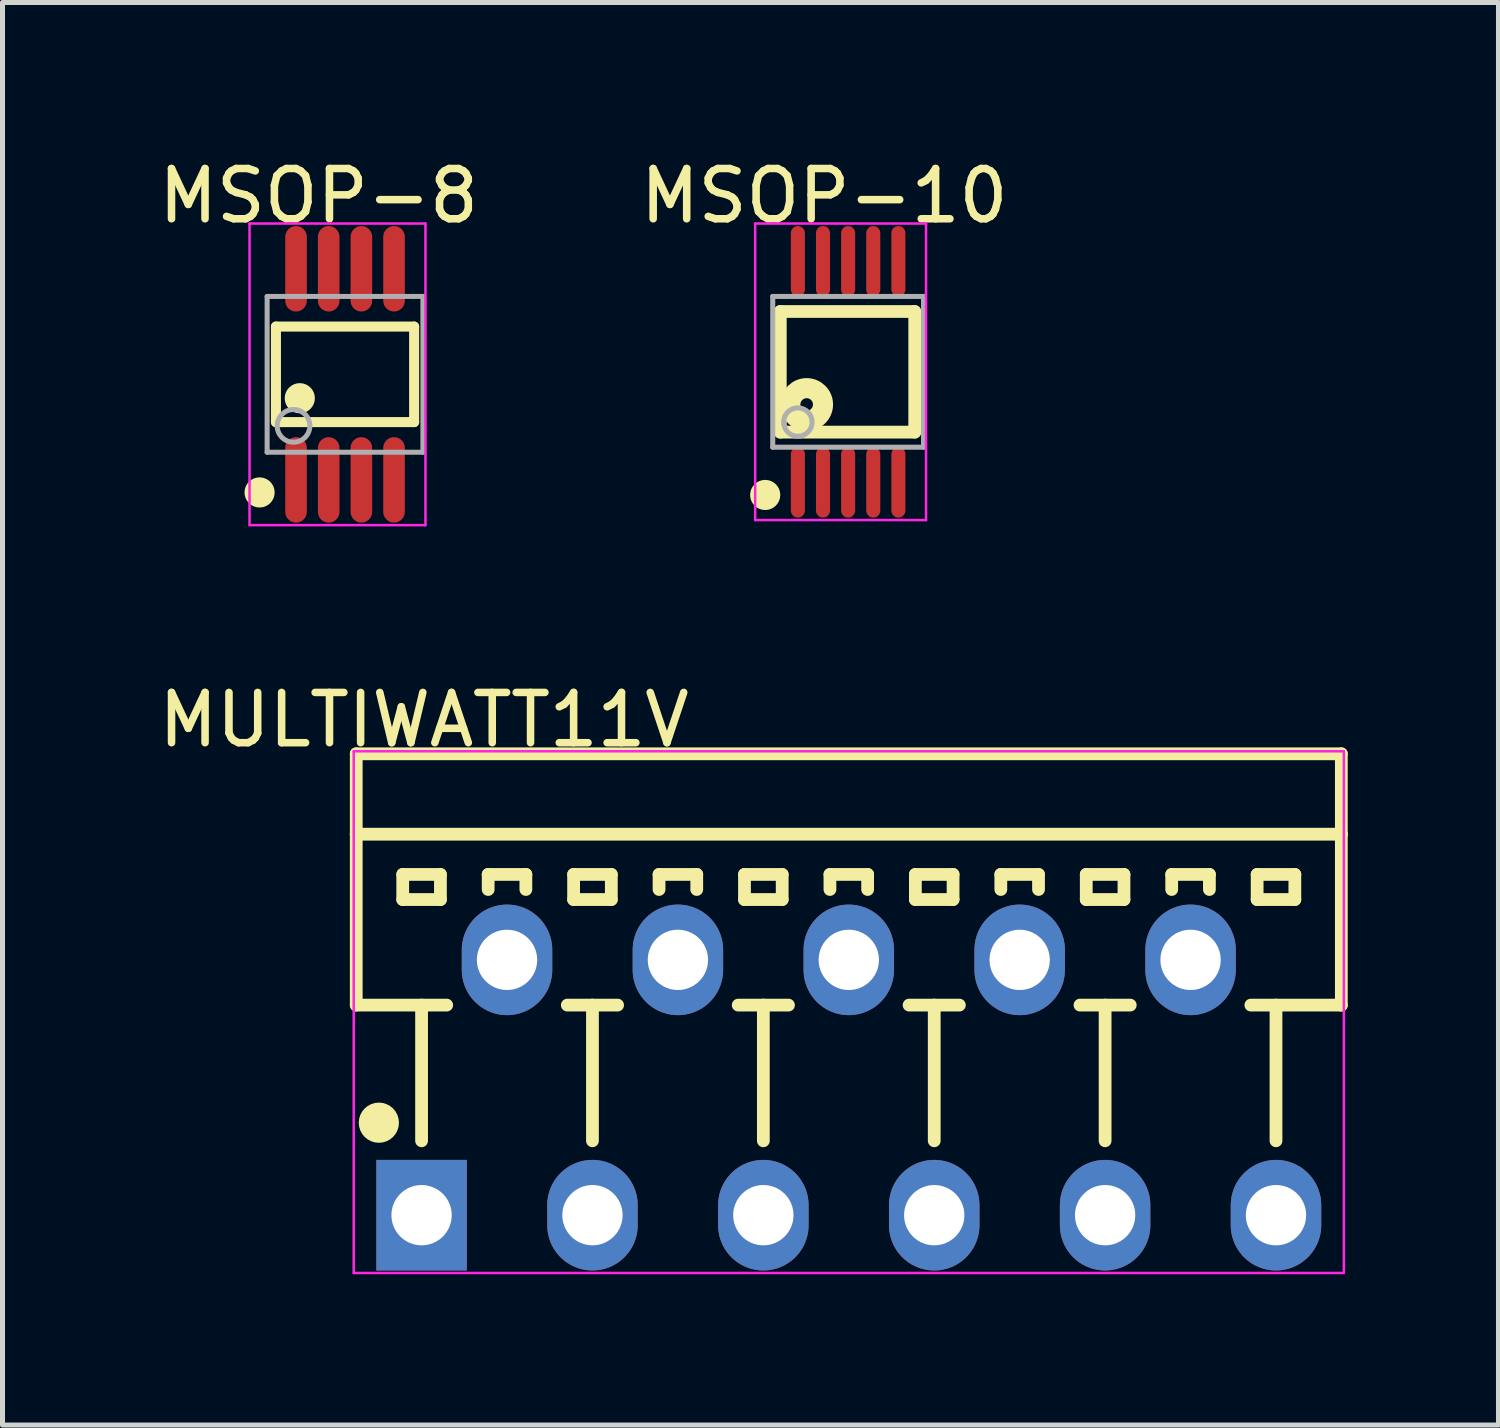
<source format=kicad_pcb>
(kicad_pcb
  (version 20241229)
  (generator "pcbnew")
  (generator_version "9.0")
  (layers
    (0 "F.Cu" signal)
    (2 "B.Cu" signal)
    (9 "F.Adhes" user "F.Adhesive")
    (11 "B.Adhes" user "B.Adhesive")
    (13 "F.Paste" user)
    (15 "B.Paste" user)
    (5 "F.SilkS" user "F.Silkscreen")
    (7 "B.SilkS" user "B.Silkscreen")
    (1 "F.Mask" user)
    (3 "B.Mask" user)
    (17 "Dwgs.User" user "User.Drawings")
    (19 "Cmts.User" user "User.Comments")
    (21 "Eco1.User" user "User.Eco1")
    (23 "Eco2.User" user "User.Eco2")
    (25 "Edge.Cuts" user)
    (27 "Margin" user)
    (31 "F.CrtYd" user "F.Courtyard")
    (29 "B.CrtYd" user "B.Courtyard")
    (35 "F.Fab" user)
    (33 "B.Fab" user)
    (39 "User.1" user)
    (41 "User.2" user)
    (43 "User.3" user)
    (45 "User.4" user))
  (footprint "MULTIWATT11V"
    (layer "F.Cu")
    (at 13.838 18.588)
    (property "Reference" "MULTIWATT11V" (at -8.451 -7.316 0) (layer "F.SilkS") (effects (font (size 1 1) (thickness 0.15))))
    (attr through_hole)
    (fp_line (start -9.8 -6.64) (end 9.8 -6.64) (stroke (width 0.254) (type solid)) (layer "F.SilkS"))
    (fp_line (start -9.8 -5.04) (end -9.8 -6.64) (stroke (width 0.254) (type solid)) (layer "F.SilkS"))
    (fp_line (start -9.8 -5.04) (end 9.8 -5.04) (stroke (width 0.254) (type solid)) (layer "F.SilkS"))
    (fp_line (start -9.8 -1.64) (end -9.8 -5.04) (stroke (width 0.254) (type solid)) (layer "F.SilkS"))
    (fp_line (start -9.8 -1.64) (end -8 -1.64) (stroke (width 0.254) (type solid)) (layer "F.SilkS"))
    (fp_line (start -8.875 -4.24) (end -8.125 -4.24) (stroke (width 0.254) (type solid)) (layer "F.SilkS"))
    (fp_line (start -8.875 -3.74) (end -8.875 -4.24) (stroke (width 0.254) (type solid)) (layer "F.SilkS"))
    (fp_line (start -8.875 -3.74) (end -8.125 -3.74) (stroke (width 0.254) (type solid)) (layer "F.SilkS"))
    (fp_line (start -8.5 1.06) (end -8.5 -1.64) (stroke (width 0.254) (type solid)) (layer "F.SilkS"))
    (fp_line (start -8.125 -3.74) (end -8.125 -4.24) (stroke (width 0.254) (type solid)) (layer "F.SilkS"))
    (fp_line (start -7.175 -4.24) (end -6.425 -4.24) (stroke (width 0.254) (type solid)) (layer "F.SilkS"))
    (fp_line (start -7.175 -3.94) (end -7.175 -4.24) (stroke (width 0.254) (type solid)) (layer "F.SilkS"))
    (fp_line (start -6.425 -3.94) (end -6.425 -4.24) (stroke (width 0.254) (type solid)) (layer "F.SilkS"))
    (fp_line (start -5.6 -1.64) (end -4.6 -1.64) (stroke (width 0.254) (type solid)) (layer "F.SilkS"))
    (fp_line (start -5.475 -4.24) (end -4.725 -4.24) (stroke (width 0.254) (type solid)) (layer "F.SilkS"))
    (fp_line (start -5.475 -3.74) (end -5.475 -4.24) (stroke (width 0.254) (type solid)) (layer "F.SilkS"))
    (fp_line (start -5.475 -3.74) (end -4.725 -3.74) (stroke (width 0.254) (type solid)) (layer "F.SilkS"))
    (fp_line (start -5.1 1.06) (end -5.1 -1.64) (stroke (width 0.254) (type solid)) (layer "F.SilkS"))
    (fp_line (start -4.725 -3.74) (end -4.725 -4.24) (stroke (width 0.254) (type solid)) (layer "F.SilkS"))
    (fp_line (start -3.775 -4.24) (end -3.025 -4.24) (stroke (width 0.254) (type solid)) (layer "F.SilkS"))
    (fp_line (start -3.775 -3.94) (end -3.775 -4.24) (stroke (width 0.254) (type solid)) (layer "F.SilkS"))
    (fp_line (start -3.025 -3.94) (end -3.025 -4.24) (stroke (width 0.254) (type solid)) (layer "F.SilkS"))
    (fp_line (start -2.2 -1.64) (end -1.2 -1.64) (stroke (width 0.254) (type solid)) (layer "F.SilkS"))
    (fp_line (start -2.075 -4.24) (end -1.325 -4.24) (stroke (width 0.254) (type solid)) (layer "F.SilkS"))
    (fp_line (start -2.075 -3.74) (end -2.075 -4.24) (stroke (width 0.254) (type solid)) (layer "F.SilkS"))
    (fp_line (start -2.075 -3.74) (end -1.325 -3.74) (stroke (width 0.254) (type solid)) (layer "F.SilkS"))
    (fp_line (start -1.7 1.06) (end -1.7 -1.64) (stroke (width 0.254) (type solid)) (layer "F.SilkS"))
    (fp_line (start -1.325 -3.74) (end -1.325 -4.24) (stroke (width 0.254) (type solid)) (layer "F.SilkS"))
    (fp_line (start -0.375 -4.24) (end 0.375 -4.24) (stroke (width 0.254) (type solid)) (layer "F.SilkS"))
    (fp_line (start -0.375 -3.94) (end -0.375 -4.24) (stroke (width 0.254) (type solid)) (layer "F.SilkS"))
    (fp_line (start 0.375 -3.94) (end 0.375 -4.24) (stroke (width 0.254) (type solid)) (layer "F.SilkS"))
    (fp_line (start 1.2 -1.64) (end 2.2 -1.64) (stroke (width 0.254) (type solid)) (layer "F.SilkS"))
    (fp_line (start 1.325 -4.24) (end 2.075 -4.24) (stroke (width 0.254) (type solid)) (layer "F.SilkS"))
    (fp_line (start 1.325 -3.74) (end 1.325 -4.24) (stroke (width 0.254) (type solid)) (layer "F.SilkS"))
    (fp_line (start 1.325 -3.74) (end 2.075 -3.74) (stroke (width 0.254) (type solid)) (layer "F.SilkS"))
    (fp_line (start 1.7 1.06) (end 1.7 -1.64) (stroke (width 0.254) (type solid)) (layer "F.SilkS"))
    (fp_line (start 2.075 -3.74) (end 2.075 -4.24) (stroke (width 0.254) (type solid)) (layer "F.SilkS"))
    (fp_line (start 3.025 -4.24) (end 3.775 -4.24) (stroke (width 0.254) (type solid)) (layer "F.SilkS"))
    (fp_line (start 3.025 -3.94) (end 3.025 -4.24) (stroke (width 0.254) (type solid)) (layer "F.SilkS"))
    (fp_line (start 3.775 -3.94) (end 3.775 -4.24) (stroke (width 0.254) (type solid)) (layer "F.SilkS"))
    (fp_line (start 4.6 -1.64) (end 5.6 -1.64) (stroke (width 0.254) (type solid)) (layer "F.SilkS"))
    (fp_line (start 4.725 -4.24) (end 5.475 -4.24) (stroke (width 0.254) (type solid)) (layer "F.SilkS"))
    (fp_line (start 4.725 -3.74) (end 4.725 -4.24) (stroke (width 0.254) (type solid)) (layer "F.SilkS"))
    (fp_line (start 4.725 -3.74) (end 5.475 -3.74) (stroke (width 0.254) (type solid)) (layer "F.SilkS"))
    (fp_line (start 5.1 1.06) (end 5.1 -1.64) (stroke (width 0.254) (type solid)) (layer "F.SilkS"))
    (fp_line (start 5.475 -3.74) (end 5.475 -4.24) (stroke (width 0.254) (type solid)) (layer "F.SilkS"))
    (fp_line (start 6.425 -4.24) (end 7.175 -4.24) (stroke (width 0.254) (type solid)) (layer "F.SilkS"))
    (fp_line (start 6.425 -3.94) (end 6.425 -4.24) (stroke (width 0.254) (type solid)) (layer "F.SilkS"))
    (fp_line (start 7.175 -3.94) (end 7.175 -4.24) (stroke (width 0.254) (type solid)) (layer "F.SilkS"))
    (fp_line (start 8 -1.64) (end 9.8 -1.64) (stroke (width 0.254) (type solid)) (layer "F.SilkS"))
    (fp_line (start 8.125 -4.24) (end 8.875 -4.24) (stroke (width 0.254) (type solid)) (layer "F.SilkS"))
    (fp_line (start 8.125 -3.74) (end 8.125 -4.24) (stroke (width 0.254) (type solid)) (layer "F.SilkS"))
    (fp_line (start 8.125 -3.74) (end 8.875 -3.74) (stroke (width 0.254) (type solid)) (layer "F.SilkS"))
    (fp_line (start 8.5 1.06) (end 8.5 -1.64) (stroke (width 0.254) (type solid)) (layer "F.SilkS"))
    (fp_line (start 8.875 -3.74) (end 8.875 -4.24) (stroke (width 0.254) (type solid)) (layer "F.SilkS"))
    (fp_line (start 9.8 -5.04) (end 9.8 -6.64) (stroke (width 0.254) (type solid)) (layer "F.SilkS"))
    (fp_line (start 9.8 -1.64) (end 9.8 -5.04) (stroke (width 0.254) (type solid)) (layer "F.SilkS"))
    (fp_circle (center -9.35 0.7) (end -9.15 0.7) (stroke (width 0.4) (type solid)) (fill no) (layer "F.SilkS"))
    (fp_line (start -9.85 -6.69) (end 9.85 -6.69) (stroke (width 0.05) (type solid)) (layer "F.CrtYd"))
    (fp_line (start -9.85 3.69) (end -9.85 -6.69) (stroke (width 0.05) (type solid)) (layer "F.CrtYd"))
    (fp_line (start 9.85 -6.69) (end 9.85 3.69) (stroke (width 0.05) (type solid)) (layer "F.CrtYd"))
    (fp_line (start 9.85 3.69) (end -9.85 3.69) (stroke (width 0.05) (type solid)) (layer "F.CrtYd"))
    (pad "1" thru_hole rect (at -8.5 2.54) (size 1.8 2.2) (drill 1.2) (layers "*.Cu" "*.Mask"))
    (pad "2" thru_hole oval (at -6.8 -2.54) (size 1.8 2.2) (drill 1.2) (layers "*.Cu" "*.Mask"))
    (pad "3" thru_hole oval (at -5.1 2.54) (size 1.8 2.2) (drill 1.2) (layers "*.Cu" "*.Mask"))
    (pad "4" thru_hole oval (at -3.4 -2.54) (size 1.8 2.2) (drill 1.2) (layers "*.Cu" "*.Mask"))
    (pad "5" thru_hole oval (at -1.7 2.54) (size 1.8 2.2) (drill 1.2) (layers "*.Cu" "*.Mask"))
    (pad "6" thru_hole oval (at 0 -2.54) (size 1.8 2.2) (drill 1.2) (layers "*.Cu" "*.Mask"))
    (pad "7" thru_hole oval (at 1.7 2.54) (size 1.8 2.2) (drill 1.2) (layers "*.Cu" "*.Mask"))
    (pad "8" thru_hole oval (at 3.4 -2.54) (size 1.8 2.2) (drill 1.2) (layers "*.Cu" "*.Mask"))
    (pad "9" thru_hole oval (at 5.1 2.54) (size 1.8 2.2) (drill 1.2) (layers "*.Cu" "*.Mask"))
    (pad "10" thru_hole oval (at 6.8 -2.54) (size 1.8 2.2) (drill 1.2) (layers "*.Cu" "*.Mask"))
    (pad "11" thru_hole oval (at 8.5 2.54) (size 1.8 2.2) (drill 1.2) (layers "*.Cu" "*.Mask")))
  (footprint "MSOP-10"
    (layer "F.Cu")
    (at 13.825 4.348)
    (property "Reference" "MSOP-10" (at -0.474 -3.5 0) (layer "F.SilkS") (effects (font (size 1 1) (thickness 0.15))))
    (attr through_hole)
    (fp_line (start -1.35 -1.2) (end 1.325 -1.2) (stroke (width 0.254) (type solid)) (layer "F.SilkS"))
    (fp_line (start -1.35 1.2) (end -1.35 -1.2) (stroke (width 0.254) (type solid)) (layer "F.SilkS"))
    (fp_line (start -1.35 1.2) (end 1.325 1.2) (stroke (width 0.254) (type solid)) (layer "F.SilkS"))
    (fp_line (start 1.325 1.2) (end 1.325 -1.2) (stroke (width 0.254) (type solid)) (layer "F.SilkS"))
    (fp_circle (center -1.65 2.45) (end -1.5 2.45) (stroke (width 0.3) (type solid)) (fill no) (layer "F.SilkS"))
    (fp_circle (center -0.825 0.65) (end -0.7 0.65) (stroke (width 0.4) (type solid)) (fill no) (layer "F.SilkS"))
    (fp_line (start -1.85 -2.95) (end 1.55 -2.95) (stroke (width 0.05) (type solid)) (layer "F.CrtYd"))
    (fp_line (start -1.85 2.95) (end -1.85 -2.95) (stroke (width 0.05) (type solid)) (layer "F.CrtYd"))
    (fp_line (start 1.55 -2.95) (end 1.55 2.95) (stroke (width 0.05) (type solid)) (layer "F.CrtYd"))
    (fp_line (start 1.55 2.95) (end -1.85 2.95) (stroke (width 0.05) (type solid)) (layer "F.CrtYd"))
    (fp_line (start -1.5 -1.5) (end 1.5 -1.5) (stroke (width 0.1) (type solid)) (layer "F.Fab"))
    (fp_line (start -1.5 1.5) (end -1.5 -1.5) (stroke (width 0.1) (type solid)) (layer "F.Fab"))
    (fp_line (start -1.5 1.5) (end 1.5 1.5) (stroke (width 0.1) (type solid)) (layer "F.Fab"))
    (fp_line (start 1.5 1.5) (end 1.5 -1.5) (stroke (width 0.1) (type solid)) (layer "F.Fab"))
    (fp_circle (center -1 1) (end -0.717 1) (stroke (width 0.1) (type solid)) (fill no) (layer "F.Fab"))
    (pad "1" smd oval (at -1 2.2) (size 0.28 1.4) (layers "F.Cu" "F.Mask" "F.Paste"))
    (pad "2" smd oval (at -0.5 2.2) (size 0.28 1.4) (layers "F.Cu" "F.Mask" "F.Paste"))
    (pad "3" smd oval (at 0 2.2) (size 0.28 1.4) (layers "F.Cu" "F.Mask" "F.Paste"))
    (pad "4" smd oval (at 0.5 2.2) (size 0.28 1.4) (layers "F.Cu" "F.Mask" "F.Paste"))
    (pad "5" smd oval (at 1 2.2) (size 0.28 1.4) (layers "F.Cu" "F.Mask" "F.Paste"))
    (pad "6" smd oval (at 1 -2.2 180) (size 0.28 1.4) (layers "F.Cu" "F.Mask" "F.Paste"))
    (pad "7" smd oval (at 0.5 -2.2 180) (size 0.28 1.4) (layers "F.Cu" "F.Mask" "F.Paste"))
    (pad "8" smd oval (at 0 -2.2 180) (size 0.28 1.4) (layers "F.Cu" "F.Mask" "F.Paste"))
    (pad "9" smd oval (at -0.5 -2.2 180) (size 0.28 1.4) (layers "F.Cu" "F.Mask" "F.Paste"))
    (pad "10" smd oval (at -1 -2.2 180) (size 0.28 1.4) (layers "F.Cu" "F.Mask" "F.Paste")))
  (footprint "MSOP-8"
    (layer "F.Cu")
    (at 3.815 4.398)
    (property "Reference" "MSOP-8" (at -0.524 -3.55 0) (layer "F.SilkS") (effects (font (size 1 1) (thickness 0.15))))
    (attr through_hole)
    (fp_line (start -1.375 -0.95) (end 1.375 -0.95) (stroke (width 0.2) (type solid)) (layer "F.SilkS"))
    (fp_line (start -1.375 0.95) (end -1.375 -0.95) (stroke (width 0.2) (type solid)) (layer "F.SilkS"))
    (fp_line (start -1.375 0.95) (end 1.375 0.95) (stroke (width 0.2) (type solid)) (layer "F.SilkS"))
    (fp_line (start 1.375 0.95) (end 1.375 -0.95) (stroke (width 0.2) (type solid)) (layer "F.SilkS"))
    (fp_circle (center -1.7 2.35) (end -1.55 2.35) (stroke (width 0.3) (type solid)) (fill no) (layer "F.SilkS"))
    (fp_circle (center -0.9 0.475) (end -0.75 0.475) (stroke (width 0.3) (type solid)) (fill no) (layer "F.SilkS"))
    (fp_line (start -1.9 -3) (end 1.6 -3) (stroke (width 0.05) (type solid)) (layer "F.CrtYd"))
    (fp_line (start -1.9 3) (end -1.9 -3) (stroke (width 0.05) (type solid)) (layer "F.CrtYd"))
    (fp_line (start 1.6 -3) (end 1.6 3) (stroke (width 0.05) (type solid)) (layer "F.CrtYd"))
    (fp_line (start 1.6 3) (end -1.9 3) (stroke (width 0.05) (type solid)) (layer "F.CrtYd"))
    (fp_line (start -1.55 -1.55) (end 1.55 -1.55) (stroke (width 0.1) (type solid)) (layer "F.Fab"))
    (fp_line (start -1.55 1.55) (end -1.55 -1.55) (stroke (width 0.1) (type solid)) (layer "F.Fab"))
    (fp_line (start -1.55 1.55) (end 1.55 1.55) (stroke (width 0.1) (type solid)) (layer "F.Fab"))
    (fp_line (start 1.55 1.55) (end 1.55 -1.55) (stroke (width 0.1) (type solid)) (layer "F.Fab"))
    (fp_circle (center -1.025 1.025) (end -0.7 1.025) (stroke (width 0.1) (type solid)) (fill no) (layer "F.Fab"))
    (pad "1" smd oval (at -0.975 2.1 180) (size 0.43 1.7) (layers "F.Cu" "F.Mask" "F.Paste"))
    (pad "2" smd oval (at -0.325 2.1 180) (size 0.43 1.7) (layers "F.Cu" "F.Mask" "F.Paste"))
    (pad "3" smd oval (at 0.325 2.1 180) (size 0.43 1.7) (layers "F.Cu" "F.Mask" "F.Paste"))
    (pad "4" smd oval (at 0.975 2.1 180) (size 0.43 1.7) (layers "F.Cu" "F.Mask" "F.Paste"))
    (pad "5" smd oval (at 0.975 -2.1 180) (size 0.43 1.7) (layers "F.Cu" "F.Mask" "F.Paste"))
    (pad "6" smd oval (at 0.325 -2.1 180) (size 0.43 1.7) (layers "F.Cu" "F.Mask" "F.Paste"))
    (pad "7" smd oval (at -0.325 -2.1 180) (size 0.43 1.7) (layers "F.Cu" "F.Mask" "F.Paste"))
    (pad "8" smd oval (at -0.975 -2.1 180) (size 0.43 1.7) (layers "F.Cu" "F.Mask" "F.Paste")))
  (gr_rect
    (start -3 -3)
    (end 26.765 25.303)
    (stroke (width 0.1) (type default))
    (fill no)
    (layer "Edge.Cuts")))
</source>
